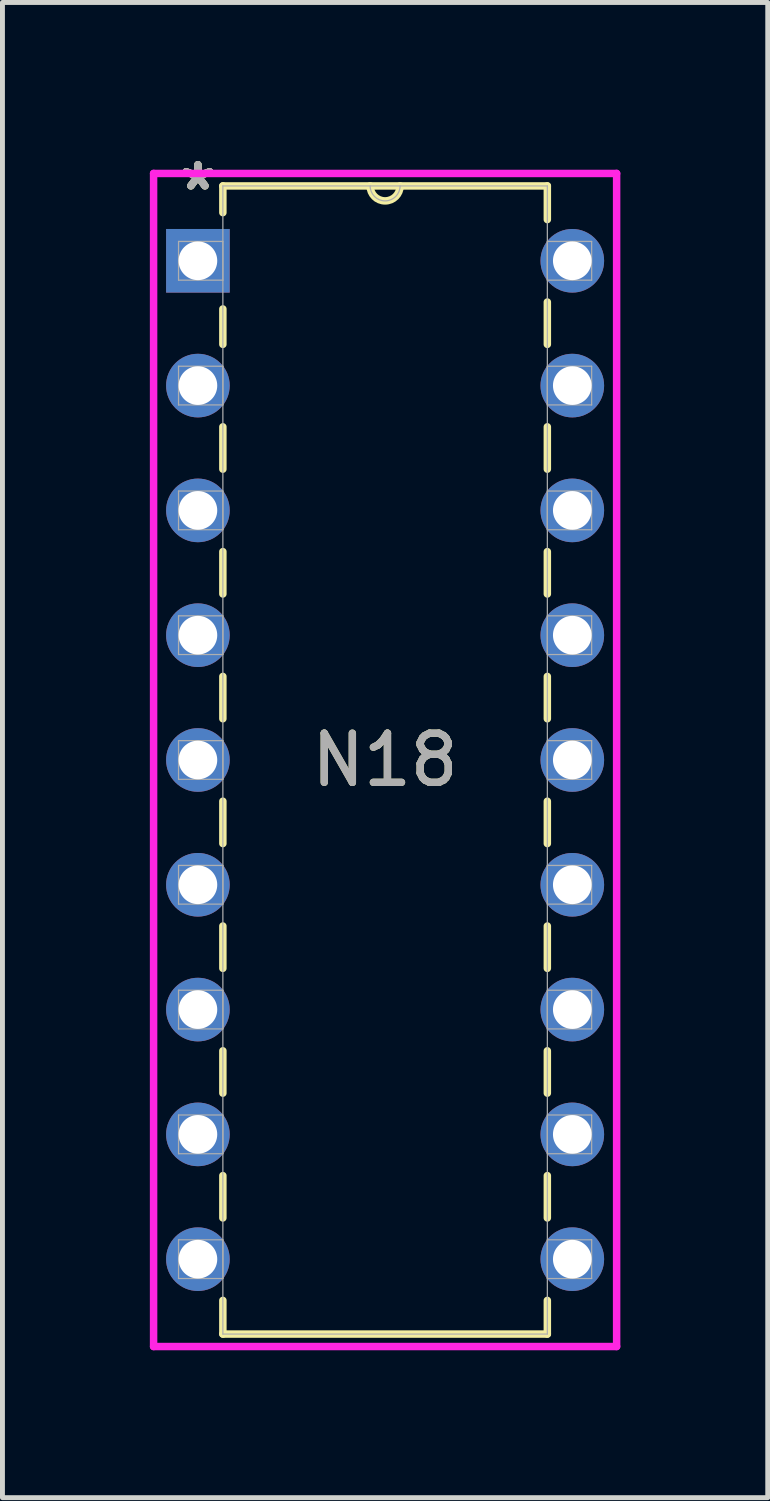
<source format=kicad_pcb>
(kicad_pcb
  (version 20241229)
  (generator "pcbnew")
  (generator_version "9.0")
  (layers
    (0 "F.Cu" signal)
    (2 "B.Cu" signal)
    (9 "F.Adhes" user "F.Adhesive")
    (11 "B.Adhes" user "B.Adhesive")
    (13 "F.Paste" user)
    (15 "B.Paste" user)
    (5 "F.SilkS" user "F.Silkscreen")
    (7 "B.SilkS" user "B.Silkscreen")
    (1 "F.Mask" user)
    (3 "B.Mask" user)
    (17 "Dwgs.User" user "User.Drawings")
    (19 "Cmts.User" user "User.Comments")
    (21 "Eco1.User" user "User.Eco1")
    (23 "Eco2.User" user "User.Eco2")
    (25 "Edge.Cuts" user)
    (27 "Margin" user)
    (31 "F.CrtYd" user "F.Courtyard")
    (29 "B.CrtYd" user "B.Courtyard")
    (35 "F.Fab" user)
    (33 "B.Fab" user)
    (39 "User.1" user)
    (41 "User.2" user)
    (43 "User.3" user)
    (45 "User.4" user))
  (footprint "N18"
    (layer "F.Cu")
    (at 8.598 22.578)
    (property "Reference" "N18" (at -3.81 -10.16 0) (unlocked yes) (layer "F.SilkS") (effects (font (size 1 1) (thickness 0.15))))
    (attr through_hole)
    (fp_line (start -7.112 -21.844) (end -7.112 -21.3) (stroke (width 0.152) (type solid)) (layer "F.SilkS"))
    (fp_line (start -7.112 -19.34) (end -7.112 -18.619) (stroke (width 0.152) (type solid)) (layer "F.SilkS"))
    (fp_line (start -7.112 -16.941) (end -7.112 -16.079) (stroke (width 0.152) (type solid)) (layer "F.SilkS"))
    (fp_line (start -7.112 -14.401) (end -7.112 -13.539) (stroke (width 0.152) (type solid)) (layer "F.SilkS"))
    (fp_line (start -7.112 -11.861) (end -7.112 -10.999) (stroke (width 0.152) (type solid)) (layer "F.SilkS"))
    (fp_line (start -7.112 -9.321) (end -7.112 -8.459) (stroke (width 0.152) (type solid)) (layer "F.SilkS"))
    (fp_line (start -7.112 -6.781) (end -7.112 -5.919) (stroke (width 0.152) (type solid)) (layer "F.SilkS"))
    (fp_line (start -7.112 -4.241) (end -7.112 -3.379) (stroke (width 0.152) (type solid)) (layer "F.SilkS"))
    (fp_line (start -7.112 -1.701) (end -7.112 -0.839) (stroke (width 0.152) (type solid)) (layer "F.SilkS"))
    (fp_line (start -7.112 0.839) (end -7.112 1.524) (stroke (width 0.152) (type solid)) (layer "F.SilkS"))
    (fp_line (start -7.112 1.524) (end -0.508 1.524) (stroke (width 0.152) (type solid)) (layer "F.SilkS"))
    (fp_line (start -0.508 -21.844) (end -7.112 -21.844) (stroke (width 0.152) (type solid)) (layer "F.SilkS"))
    (fp_line (start -0.508 -21.159) (end -0.508 -21.844) (stroke (width 0.152) (type solid)) (layer "F.SilkS"))
    (fp_line (start -0.508 -18.619) (end -0.508 -19.481) (stroke (width 0.152) (type solid)) (layer "F.SilkS"))
    (fp_line (start -0.508 -16.079) (end -0.508 -16.941) (stroke (width 0.152) (type solid)) (layer "F.SilkS"))
    (fp_line (start -0.508 -13.539) (end -0.508 -14.401) (stroke (width 0.152) (type solid)) (layer "F.SilkS"))
    (fp_line (start -0.508 -10.999) (end -0.508 -11.861) (stroke (width 0.152) (type solid)) (layer "F.SilkS"))
    (fp_line (start -0.508 -8.459) (end -0.508 -9.321) (stroke (width 0.152) (type solid)) (layer "F.SilkS"))
    (fp_line (start -0.508 -5.919) (end -0.508 -6.781) (stroke (width 0.152) (type solid)) (layer "F.SilkS"))
    (fp_line (start -0.508 -3.379) (end -0.508 -4.241) (stroke (width 0.152) (type solid)) (layer "F.SilkS"))
    (fp_line (start -0.508 -0.839) (end -0.508 -1.701) (stroke (width 0.152) (type solid)) (layer "F.SilkS"))
    (fp_line (start -0.508 1.524) (end -0.508 0.839) (stroke (width 0.152) (type solid)) (layer "F.SilkS"))
    (fp_arc (start -3.5052 -21.844) (mid -3.81 -21.5392) (end -4.1148 -21.844) (stroke (width 0.1524) (type solid)) (layer "F.SilkS"))
    (fp_line (start -8.522 -22.098) (end -8.522 1.778) (stroke (width 0.152) (type solid)) (layer "F.CrtYd"))
    (fp_line (start -8.522 1.778) (end 0.902 1.778) (stroke (width 0.152) (type solid)) (layer "F.CrtYd"))
    (fp_line (start 0.902 -22.098) (end -8.522 -22.098) (stroke (width 0.152) (type solid)) (layer "F.CrtYd"))
    (fp_line (start 0.902 1.778) (end 0.902 -22.098) (stroke (width 0.152) (type solid)) (layer "F.CrtYd"))
    (fp_line (start -8.014 -20.714) (end -8.014 -19.926) (stroke (width 0.025) (type solid)) (layer "F.Fab"))
    (fp_line (start -8.014 -19.926) (end -7.112 -19.926) (stroke (width 0.025) (type solid)) (layer "F.Fab"))
    (fp_line (start -8.014 -18.174) (end -8.014 -17.386) (stroke (width 0.025) (type solid)) (layer "F.Fab"))
    (fp_line (start -8.014 -17.386) (end -7.112 -17.386) (stroke (width 0.025) (type solid)) (layer "F.Fab"))
    (fp_line (start -8.014 -15.634) (end -8.014 -14.846) (stroke (width 0.025) (type solid)) (layer "F.Fab"))
    (fp_line (start -8.014 -14.846) (end -7.112 -14.846) (stroke (width 0.025) (type solid)) (layer "F.Fab"))
    (fp_line (start -8.014 -13.094) (end -8.014 -12.306) (stroke (width 0.025) (type solid)) (layer "F.Fab"))
    (fp_line (start -8.014 -12.306) (end -7.112 -12.306) (stroke (width 0.025) (type solid)) (layer "F.Fab"))
    (fp_line (start -8.014 -10.554) (end -8.014 -9.766) (stroke (width 0.025) (type solid)) (layer "F.Fab"))
    (fp_line (start -8.014 -9.766) (end -7.112 -9.766) (stroke (width 0.025) (type solid)) (layer "F.Fab"))
    (fp_line (start -8.014 -8.014) (end -8.014 -7.226) (stroke (width 0.025) (type solid)) (layer "F.Fab"))
    (fp_line (start -8.014 -7.226) (end -7.112 -7.226) (stroke (width 0.025) (type solid)) (layer "F.Fab"))
    (fp_line (start -8.014 -5.474) (end -8.014 -4.686) (stroke (width 0.025) (type solid)) (layer "F.Fab"))
    (fp_line (start -8.014 -4.686) (end -7.112 -4.686) (stroke (width 0.025) (type solid)) (layer "F.Fab"))
    (fp_line (start -8.014 -2.934) (end -8.014 -2.146) (stroke (width 0.025) (type solid)) (layer "F.Fab"))
    (fp_line (start -8.014 -2.146) (end -7.112 -2.146) (stroke (width 0.025) (type solid)) (layer "F.Fab"))
    (fp_line (start -8.014 -0.394) (end -8.014 0.394) (stroke (width 0.025) (type solid)) (layer "F.Fab"))
    (fp_line (start -8.014 0.394) (end -7.112 0.394) (stroke (width 0.025) (type solid)) (layer "F.Fab"))
    (fp_line (start -7.112 -21.844) (end -7.112 1.524) (stroke (width 0.025) (type solid)) (layer "F.Fab"))
    (fp_line (start -7.112 -20.714) (end -8.014 -20.714) (stroke (width 0.025) (type solid)) (layer "F.Fab"))
    (fp_line (start -7.112 -19.926) (end -7.112 -20.714) (stroke (width 0.025) (type solid)) (layer "F.Fab"))
    (fp_line (start -7.112 -18.174) (end -8.014 -18.174) (stroke (width 0.025) (type solid)) (layer "F.Fab"))
    (fp_line (start -7.112 -17.386) (end -7.112 -18.174) (stroke (width 0.025) (type solid)) (layer "F.Fab"))
    (fp_line (start -7.112 -15.634) (end -8.014 -15.634) (stroke (width 0.025) (type solid)) (layer "F.Fab"))
    (fp_line (start -7.112 -14.846) (end -7.112 -15.634) (stroke (width 0.025) (type solid)) (layer "F.Fab"))
    (fp_line (start -7.112 -13.094) (end -8.014 -13.094) (stroke (width 0.025) (type solid)) (layer "F.Fab"))
    (fp_line (start -7.112 -12.306) (end -7.112 -13.094) (stroke (width 0.025) (type solid)) (layer "F.Fab"))
    (fp_line (start -7.112 -10.554) (end -8.014 -10.554) (stroke (width 0.025) (type solid)) (layer "F.Fab"))
    (fp_line (start -7.112 -9.766) (end -7.112 -10.554) (stroke (width 0.025) (type solid)) (layer "F.Fab"))
    (fp_line (start -7.112 -8.014) (end -8.014 -8.014) (stroke (width 0.025) (type solid)) (layer "F.Fab"))
    (fp_line (start -7.112 -7.226) (end -7.112 -8.014) (stroke (width 0.025) (type solid)) (layer "F.Fab"))
    (fp_line (start -7.112 -5.474) (end -8.014 -5.474) (stroke (width 0.025) (type solid)) (layer "F.Fab"))
    (fp_line (start -7.112 -4.686) (end -7.112 -5.474) (stroke (width 0.025) (type solid)) (layer "F.Fab"))
    (fp_line (start -7.112 -2.934) (end -8.014 -2.934) (stroke (width 0.025) (type solid)) (layer "F.Fab"))
    (fp_line (start -7.112 -2.146) (end -7.112 -2.934) (stroke (width 0.025) (type solid)) (layer "F.Fab"))
    (fp_line (start -7.112 -0.394) (end -8.014 -0.394) (stroke (width 0.025) (type solid)) (layer "F.Fab"))
    (fp_line (start -7.112 0.394) (end -7.112 -0.394) (stroke (width 0.025) (type solid)) (layer "F.Fab"))
    (fp_line (start -7.112 1.524) (end -0.508 1.524) (stroke (width 0.025) (type solid)) (layer "F.Fab"))
    (fp_line (start -0.508 -21.844) (end -7.112 -21.844) (stroke (width 0.025) (type solid)) (layer "F.Fab"))
    (fp_line (start -0.508 -20.714) (end -0.508 -19.926) (stroke (width 0.025) (type solid)) (layer "F.Fab"))
    (fp_line (start -0.508 -19.926) (end 0.394 -19.926) (stroke (width 0.025) (type solid)) (layer "F.Fab"))
    (fp_line (start -0.508 -18.174) (end -0.508 -17.386) (stroke (width 0.025) (type solid)) (layer "F.Fab"))
    (fp_line (start -0.508 -17.386) (end 0.394 -17.386) (stroke (width 0.025) (type solid)) (layer "F.Fab"))
    (fp_line (start -0.508 -15.634) (end -0.508 -14.846) (stroke (width 0.025) (type solid)) (layer "F.Fab"))
    (fp_line (start -0.508 -14.846) (end 0.394 -14.846) (stroke (width 0.025) (type solid)) (layer "F.Fab"))
    (fp_line (start -0.508 -13.094) (end -0.508 -12.306) (stroke (width 0.025) (type solid)) (layer "F.Fab"))
    (fp_line (start -0.508 -12.306) (end 0.394 -12.306) (stroke (width 0.025) (type solid)) (layer "F.Fab"))
    (fp_line (start -0.508 -10.554) (end -0.508 -9.766) (stroke (width 0.025) (type solid)) (layer "F.Fab"))
    (fp_line (start -0.508 -9.766) (end 0.394 -9.766) (stroke (width 0.025) (type solid)) (layer "F.Fab"))
    (fp_line (start -0.508 -8.014) (end -0.508 -7.226) (stroke (width 0.025) (type solid)) (layer "F.Fab"))
    (fp_line (start -0.508 -7.226) (end 0.394 -7.226) (stroke (width 0.025) (type solid)) (layer "F.Fab"))
    (fp_line (start -0.508 -5.474) (end -0.508 -4.686) (stroke (width 0.025) (type solid)) (layer "F.Fab"))
    (fp_line (start -0.508 -4.686) (end 0.394 -4.686) (stroke (width 0.025) (type solid)) (layer "F.Fab"))
    (fp_line (start -0.508 -2.934) (end -0.508 -2.146) (stroke (width 0.025) (type solid)) (layer "F.Fab"))
    (fp_line (start -0.508 -2.146) (end 0.394 -2.146) (stroke (width 0.025) (type solid)) (layer "F.Fab"))
    (fp_line (start -0.508 -0.394) (end -0.508 0.394) (stroke (width 0.025) (type solid)) (layer "F.Fab"))
    (fp_line (start -0.508 0.394) (end 0.394 0.394) (stroke (width 0.025) (type solid)) (layer "F.Fab"))
    (fp_line (start -0.508 1.524) (end -0.508 -21.844) (stroke (width 0.025) (type solid)) (layer "F.Fab"))
    (fp_line (start 0.394 -20.714) (end -0.508 -20.714) (stroke (width 0.025) (type solid)) (layer "F.Fab"))
    (fp_line (start 0.394 -19.926) (end 0.394 -20.714) (stroke (width 0.025) (type solid)) (layer "F.Fab"))
    (fp_line (start 0.394 -18.174) (end -0.508 -18.174) (stroke (width 0.025) (type solid)) (layer "F.Fab"))
    (fp_line (start 0.394 -17.386) (end 0.394 -18.174) (stroke (width 0.025) (type solid)) (layer "F.Fab"))
    (fp_line (start 0.394 -15.634) (end -0.508 -15.634) (stroke (width 0.025) (type solid)) (layer "F.Fab"))
    (fp_line (start 0.394 -14.846) (end 0.394 -15.634) (stroke (width 0.025) (type solid)) (layer "F.Fab"))
    (fp_line (start 0.394 -13.094) (end -0.508 -13.094) (stroke (width 0.025) (type solid)) (layer "F.Fab"))
    (fp_line (start 0.394 -12.306) (end 0.394 -13.094) (stroke (width 0.025) (type solid)) (layer "F.Fab"))
    (fp_line (start 0.394 -10.554) (end -0.508 -10.554) (stroke (width 0.025) (type solid)) (layer "F.Fab"))
    (fp_line (start 0.394 -9.766) (end 0.394 -10.554) (stroke (width 0.025) (type solid)) (layer "F.Fab"))
    (fp_line (start 0.394 -8.014) (end -0.508 -8.014) (stroke (width 0.025) (type solid)) (layer "F.Fab"))
    (fp_line (start 0.394 -7.226) (end 0.394 -8.014) (stroke (width 0.025) (type solid)) (layer "F.Fab"))
    (fp_line (start 0.394 -5.474) (end -0.508 -5.474) (stroke (width 0.025) (type solid)) (layer "F.Fab"))
    (fp_line (start 0.394 -4.686) (end 0.394 -5.474) (stroke (width 0.025) (type solid)) (layer "F.Fab"))
    (fp_line (start 0.394 -2.934) (end -0.508 -2.934) (stroke (width 0.025) (type solid)) (layer "F.Fab"))
    (fp_line (start 0.394 -2.146) (end 0.394 -2.934) (stroke (width 0.025) (type solid)) (layer "F.Fab"))
    (fp_line (start 0.394 -0.394) (end -0.508 -0.394) (stroke (width 0.025) (type solid)) (layer "F.Fab"))
    (fp_line (start 0.394 0.394) (end 0.394 -0.394) (stroke (width 0.025) (type solid)) (layer "F.Fab"))
    (fp_arc (start -3.5052 -21.844) (mid -3.81 -21.5392) (end -4.1148 -21.844) (stroke (width 0.0254) (type solid)) (layer "F.Fab"))
    (fp_text user "*" (at -7.62 -21.73 0) (unlocked yes) (layer "F.SilkS") (effects (font (size 1 1) (thickness 0.15))))
    (fp_text user "*" (at -7.62 -21.73 0) (layer "F.SilkS") (effects (font (size 1 1) (thickness 0.15))))
    (fp_text user "*" (at -7.62 -21.73 0) (layer "F.Fab") (effects (font (size 1 1) (thickness 0.15))))
    (fp_text user "${REFERENCE}" (at -3.81 -10.16 0) (unlocked yes) (layer "F.Fab") (effects (font (size 1 1) (thickness 0.15))))
    (fp_text user "*" (at -7.62 -21.73 0) (unlocked yes) (layer "F.Fab") (effects (font (size 1 1) (thickness 0.15))))
    (pad "1" thru_hole rect (at -7.62 -20.32) (size 1.295 1.295) (drill 0.787) (layers "*.Cu" "*.Mask"))
    (pad "2" thru_hole circle (at -7.62 -17.78) (size 1.295 1.295) (drill 0.787) (layers "*.Cu" "*.Mask"))
    (pad "3" thru_hole circle (at -7.62 -15.24) (size 1.295 1.295) (drill 0.787) (layers "*.Cu" "*.Mask"))
    (pad "4" thru_hole circle (at -7.62 -12.7) (size 1.295 1.295) (drill 0.787) (layers "*.Cu" "*.Mask"))
    (pad "5" thru_hole circle (at -7.62 -10.16) (size 1.295 1.295) (drill 0.787) (layers "*.Cu" "*.Mask"))
    (pad "6" thru_hole circle (at -7.62 -7.62) (size 1.295 1.295) (drill 0.787) (layers "*.Cu" "*.Mask"))
    (pad "7" thru_hole circle (at -7.62 -5.08) (size 1.295 1.295) (drill 0.787) (layers "*.Cu" "*.Mask"))
    (pad "8" thru_hole circle (at -7.62 -2.54) (size 1.295 1.295) (drill 0.787) (layers "*.Cu" "*.Mask"))
    (pad "9" thru_hole circle (at -7.62 0) (size 1.295 1.295) (drill 0.787) (layers "*.Cu" "*.Mask"))
    (pad "10" thru_hole circle (at 0 0) (size 1.295 1.295) (drill 0.787) (layers "*.Cu" "*.Mask"))
    (pad "11" thru_hole circle (at 0 -2.54) (size 1.295 1.295) (drill 0.787) (layers "*.Cu" "*.Mask"))
    (pad "12" thru_hole circle (at 0 -5.08) (size 1.295 1.295) (drill 0.787) (layers "*.Cu" "*.Mask"))
    (pad "13" thru_hole circle (at 0 -7.62) (size 1.295 1.295) (drill 0.787) (layers "*.Cu" "*.Mask"))
    (pad "14" thru_hole circle (at 0 -10.16) (size 1.295 1.295) (drill 0.787) (layers "*.Cu" "*.Mask"))
    (pad "15" thru_hole circle (at 0 -12.7) (size 1.295 1.295) (drill 0.787) (layers "*.Cu" "*.Mask"))
    (pad "16" thru_hole circle (at 0 -15.24) (size 1.295 1.295) (drill 0.787) (layers "*.Cu" "*.Mask"))
    (pad "17" thru_hole circle (at 0 -17.78) (size 1.295 1.295) (drill 0.787) (layers "*.Cu" "*.Mask"))
    (pad "18" thru_hole circle (at 0 -20.32) (size 1.295 1.295) (drill 0.787) (layers "*.Cu" "*.Mask")))
  (gr_rect
    (start -3 -3)
    (end 12.576 27.432)
    (stroke (width 0.1) (type default))
    (fill no)
    (layer "Edge.Cuts")))
</source>
